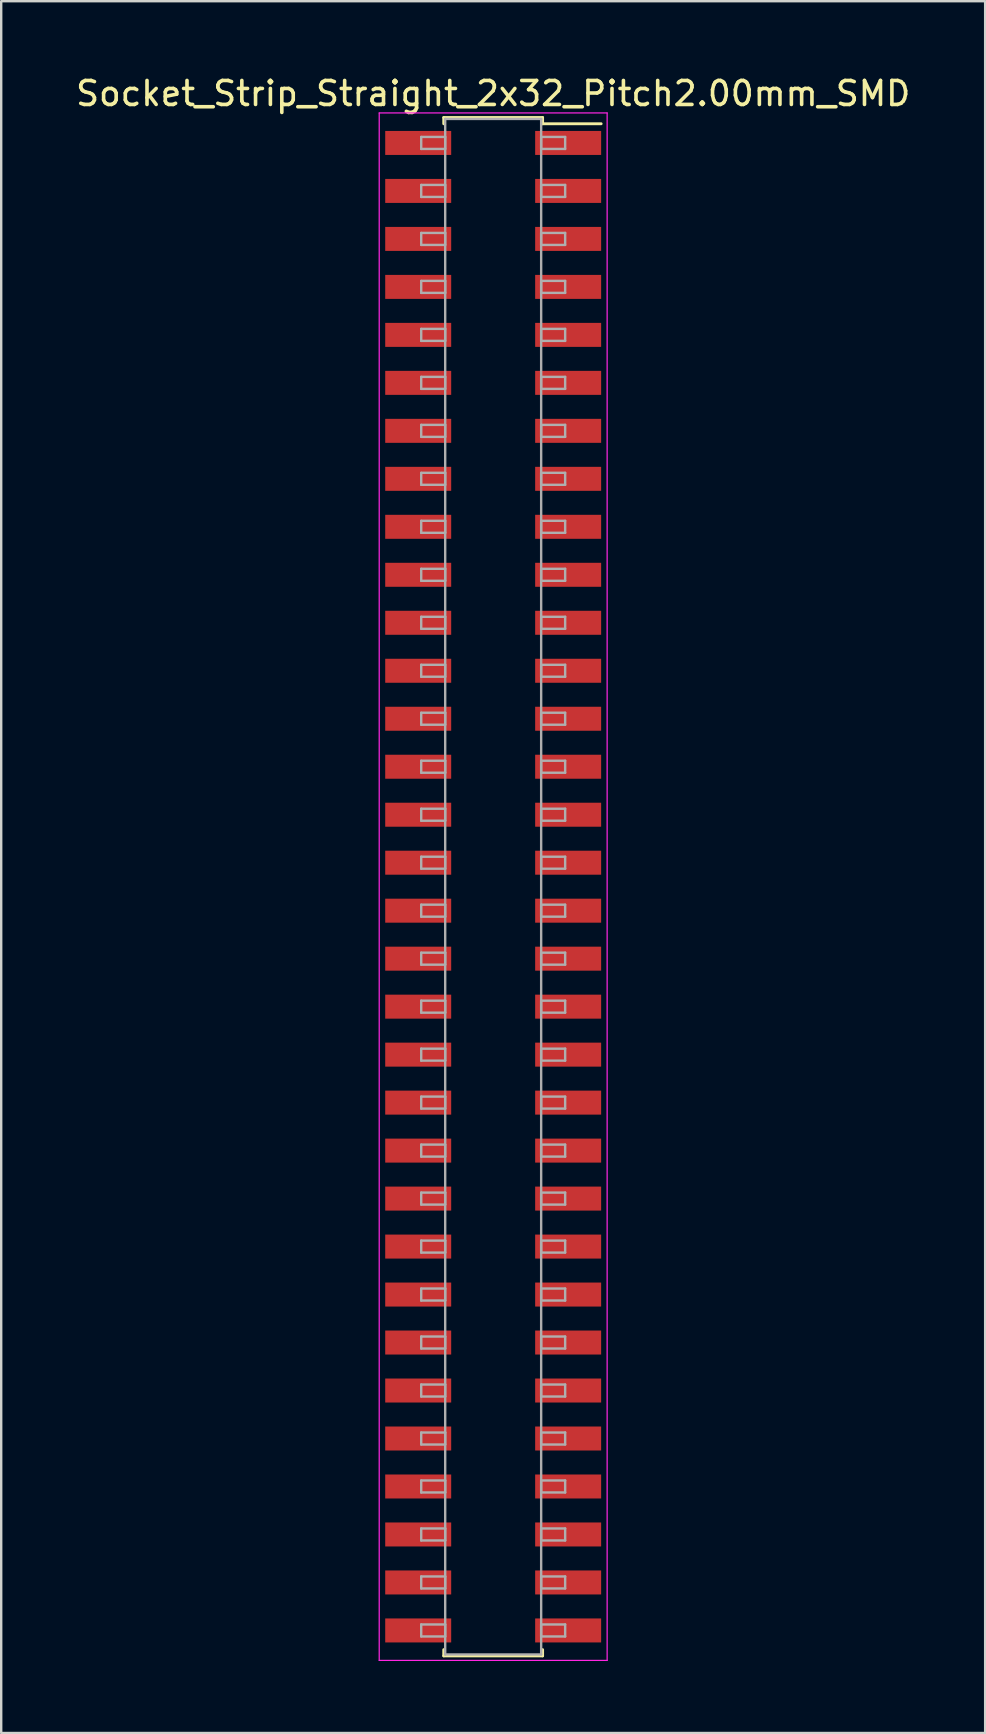
<source format=kicad_pcb>
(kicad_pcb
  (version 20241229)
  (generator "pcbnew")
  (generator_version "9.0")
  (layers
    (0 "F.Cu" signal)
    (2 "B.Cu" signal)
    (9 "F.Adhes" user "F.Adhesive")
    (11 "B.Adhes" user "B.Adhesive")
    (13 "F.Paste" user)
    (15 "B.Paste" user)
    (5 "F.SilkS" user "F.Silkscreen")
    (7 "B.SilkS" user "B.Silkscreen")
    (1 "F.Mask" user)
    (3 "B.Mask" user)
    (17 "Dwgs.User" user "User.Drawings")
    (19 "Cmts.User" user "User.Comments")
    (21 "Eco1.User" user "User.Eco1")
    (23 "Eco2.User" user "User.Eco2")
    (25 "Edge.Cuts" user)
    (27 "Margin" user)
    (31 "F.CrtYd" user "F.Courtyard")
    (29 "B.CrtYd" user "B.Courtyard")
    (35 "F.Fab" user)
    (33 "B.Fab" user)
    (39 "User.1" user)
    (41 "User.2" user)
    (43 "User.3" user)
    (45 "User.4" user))
  (footprint "Socket_Strip_Straight_2x32_Pitch2.00mm_SMD"
    (layer "F.Cu")
    (at 17.506 33.908)
    (property "Reference" "Socket_Strip_Straight_2x32_Pitch2.00mm_SMD" (at 0 -33.06 0) (layer "F.SilkS") (effects (font (size 1 1) (thickness 0.15))))
    (attr smd)
    (fp_line (start -2.06 -32.06) (end 2.06 -32.06) (stroke (width 0.12) (type solid)) (layer "F.SilkS"))
    (fp_line (start -2.06 -31.8) (end -2.06 -32.06) (stroke (width 0.12) (type solid)) (layer "F.SilkS"))
    (fp_line (start -2.06 31.8) (end -2.06 32.06) (stroke (width 0.12) (type solid)) (layer "F.SilkS"))
    (fp_line (start -2.06 32.06) (end 2.06 32.06) (stroke (width 0.12) (type solid)) (layer "F.SilkS"))
    (fp_line (start 2.06 -32.06) (end 2.06 -31.8) (stroke (width 0.12) (type solid)) (layer "F.SilkS"))
    (fp_line (start 2.06 32.06) (end 2.06 31.8) (stroke (width 0.12) (type solid)) (layer "F.SilkS"))
    (fp_line (start 4.5 -31.8) (end 2.06 -31.8) (stroke (width 0.12) (type solid)) (layer "F.SilkS"))
    (fp_line (start -4.75 -32.25) (end -4.75 32.25) (stroke (width 0.05) (type solid)) (layer "F.CrtYd"))
    (fp_line (start -4.75 32.25) (end 4.75 32.25) (stroke (width 0.05) (type solid)) (layer "F.CrtYd"))
    (fp_line (start 4.75 -32.25) (end -4.75 -32.25) (stroke (width 0.05) (type solid)) (layer "F.CrtYd"))
    (fp_line (start 4.75 32.25) (end 4.75 -32.25) (stroke (width 0.05) (type solid)) (layer "F.CrtYd"))
    (fp_line (start -3 -31.25) (end -2 -31.25) (stroke (width 0.1) (type solid)) (layer "F.Fab"))
    (fp_line (start -3 -30.75) (end -3 -31.25) (stroke (width 0.1) (type solid)) (layer "F.Fab"))
    (fp_line (start -3 -29.25) (end -2 -29.25) (stroke (width 0.1) (type solid)) (layer "F.Fab"))
    (fp_line (start -3 -28.75) (end -3 -29.25) (stroke (width 0.1) (type solid)) (layer "F.Fab"))
    (fp_line (start -3 -27.25) (end -2 -27.25) (stroke (width 0.1) (type solid)) (layer "F.Fab"))
    (fp_line (start -3 -26.75) (end -3 -27.25) (stroke (width 0.1) (type solid)) (layer "F.Fab"))
    (fp_line (start -3 -25.25) (end -2 -25.25) (stroke (width 0.1) (type solid)) (layer "F.Fab"))
    (fp_line (start -3 -24.75) (end -3 -25.25) (stroke (width 0.1) (type solid)) (layer "F.Fab"))
    (fp_line (start -3 -23.25) (end -2 -23.25) (stroke (width 0.1) (type solid)) (layer "F.Fab"))
    (fp_line (start -3 -22.75) (end -3 -23.25) (stroke (width 0.1) (type solid)) (layer "F.Fab"))
    (fp_line (start -3 -21.25) (end -2 -21.25) (stroke (width 0.1) (type solid)) (layer "F.Fab"))
    (fp_line (start -3 -20.75) (end -3 -21.25) (stroke (width 0.1) (type solid)) (layer "F.Fab"))
    (fp_line (start -3 -19.25) (end -2 -19.25) (stroke (width 0.1) (type solid)) (layer "F.Fab"))
    (fp_line (start -3 -18.75) (end -3 -19.25) (stroke (width 0.1) (type solid)) (layer "F.Fab"))
    (fp_line (start -3 -17.25) (end -2 -17.25) (stroke (width 0.1) (type solid)) (layer "F.Fab"))
    (fp_line (start -3 -16.75) (end -3 -17.25) (stroke (width 0.1) (type solid)) (layer "F.Fab"))
    (fp_line (start -3 -15.25) (end -2 -15.25) (stroke (width 0.1) (type solid)) (layer "F.Fab"))
    (fp_line (start -3 -14.75) (end -3 -15.25) (stroke (width 0.1) (type solid)) (layer "F.Fab"))
    (fp_line (start -3 -13.25) (end -2 -13.25) (stroke (width 0.1) (type solid)) (layer "F.Fab"))
    (fp_line (start -3 -12.75) (end -3 -13.25) (stroke (width 0.1) (type solid)) (layer "F.Fab"))
    (fp_line (start -3 -11.25) (end -2 -11.25) (stroke (width 0.1) (type solid)) (layer "F.Fab"))
    (fp_line (start -3 -10.75) (end -3 -11.25) (stroke (width 0.1) (type solid)) (layer "F.Fab"))
    (fp_line (start -3 -9.25) (end -2 -9.25) (stroke (width 0.1) (type solid)) (layer "F.Fab"))
    (fp_line (start -3 -8.75) (end -3 -9.25) (stroke (width 0.1) (type solid)) (layer "F.Fab"))
    (fp_line (start -3 -7.25) (end -2 -7.25) (stroke (width 0.1) (type solid)) (layer "F.Fab"))
    (fp_line (start -3 -6.75) (end -3 -7.25) (stroke (width 0.1) (type solid)) (layer "F.Fab"))
    (fp_line (start -3 -5.25) (end -2 -5.25) (stroke (width 0.1) (type solid)) (layer "F.Fab"))
    (fp_line (start -3 -4.75) (end -3 -5.25) (stroke (width 0.1) (type solid)) (layer "F.Fab"))
    (fp_line (start -3 -3.25) (end -2 -3.25) (stroke (width 0.1) (type solid)) (layer "F.Fab"))
    (fp_line (start -3 -2.75) (end -3 -3.25) (stroke (width 0.1) (type solid)) (layer "F.Fab"))
    (fp_line (start -3 -1.25) (end -2 -1.25) (stroke (width 0.1) (type solid)) (layer "F.Fab"))
    (fp_line (start -3 -0.75) (end -3 -1.25) (stroke (width 0.1) (type solid)) (layer "F.Fab"))
    (fp_line (start -3 0.75) (end -2 0.75) (stroke (width 0.1) (type solid)) (layer "F.Fab"))
    (fp_line (start -3 1.25) (end -3 0.75) (stroke (width 0.1) (type solid)) (layer "F.Fab"))
    (fp_line (start -3 2.75) (end -2 2.75) (stroke (width 0.1) (type solid)) (layer "F.Fab"))
    (fp_line (start -3 3.25) (end -3 2.75) (stroke (width 0.1) (type solid)) (layer "F.Fab"))
    (fp_line (start -3 4.75) (end -2 4.75) (stroke (width 0.1) (type solid)) (layer "F.Fab"))
    (fp_line (start -3 5.25) (end -3 4.75) (stroke (width 0.1) (type solid)) (layer "F.Fab"))
    (fp_line (start -3 6.75) (end -2 6.75) (stroke (width 0.1) (type solid)) (layer "F.Fab"))
    (fp_line (start -3 7.25) (end -3 6.75) (stroke (width 0.1) (type solid)) (layer "F.Fab"))
    (fp_line (start -3 8.75) (end -2 8.75) (stroke (width 0.1) (type solid)) (layer "F.Fab"))
    (fp_line (start -3 9.25) (end -3 8.75) (stroke (width 0.1) (type solid)) (layer "F.Fab"))
    (fp_line (start -3 10.75) (end -2 10.75) (stroke (width 0.1) (type solid)) (layer "F.Fab"))
    (fp_line (start -3 11.25) (end -3 10.75) (stroke (width 0.1) (type solid)) (layer "F.Fab"))
    (fp_line (start -3 12.75) (end -2 12.75) (stroke (width 0.1) (type solid)) (layer "F.Fab"))
    (fp_line (start -3 13.25) (end -3 12.75) (stroke (width 0.1) (type solid)) (layer "F.Fab"))
    (fp_line (start -3 14.75) (end -2 14.75) (stroke (width 0.1) (type solid)) (layer "F.Fab"))
    (fp_line (start -3 15.25) (end -3 14.75) (stroke (width 0.1) (type solid)) (layer "F.Fab"))
    (fp_line (start -3 16.75) (end -2 16.75) (stroke (width 0.1) (type solid)) (layer "F.Fab"))
    (fp_line (start -3 17.25) (end -3 16.75) (stroke (width 0.1) (type solid)) (layer "F.Fab"))
    (fp_line (start -3 18.75) (end -2 18.75) (stroke (width 0.1) (type solid)) (layer "F.Fab"))
    (fp_line (start -3 19.25) (end -3 18.75) (stroke (width 0.1) (type solid)) (layer "F.Fab"))
    (fp_line (start -3 20.75) (end -2 20.75) (stroke (width 0.1) (type solid)) (layer "F.Fab"))
    (fp_line (start -3 21.25) (end -3 20.75) (stroke (width 0.1) (type solid)) (layer "F.Fab"))
    (fp_line (start -3 22.75) (end -2 22.75) (stroke (width 0.1) (type solid)) (layer "F.Fab"))
    (fp_line (start -3 23.25) (end -3 22.75) (stroke (width 0.1) (type solid)) (layer "F.Fab"))
    (fp_line (start -3 24.75) (end -2 24.75) (stroke (width 0.1) (type solid)) (layer "F.Fab"))
    (fp_line (start -3 25.25) (end -3 24.75) (stroke (width 0.1) (type solid)) (layer "F.Fab"))
    (fp_line (start -3 26.75) (end -2 26.75) (stroke (width 0.1) (type solid)) (layer "F.Fab"))
    (fp_line (start -3 27.25) (end -3 26.75) (stroke (width 0.1) (type solid)) (layer "F.Fab"))
    (fp_line (start -3 28.75) (end -2 28.75) (stroke (width 0.1) (type solid)) (layer "F.Fab"))
    (fp_line (start -3 29.25) (end -3 28.75) (stroke (width 0.1) (type solid)) (layer "F.Fab"))
    (fp_line (start -3 30.75) (end -2 30.75) (stroke (width 0.1) (type solid)) (layer "F.Fab"))
    (fp_line (start -3 31.25) (end -3 30.75) (stroke (width 0.1) (type solid)) (layer "F.Fab"))
    (fp_line (start -2 -32) (end -2 32) (stroke (width 0.1) (type solid)) (layer "F.Fab"))
    (fp_line (start -2 -31.25) (end -2 -30.75) (stroke (width 0.1) (type solid)) (layer "F.Fab"))
    (fp_line (start -2 -30.75) (end -3 -30.75) (stroke (width 0.1) (type solid)) (layer "F.Fab"))
    (fp_line (start -2 -29.25) (end -2 -28.75) (stroke (width 0.1) (type solid)) (layer "F.Fab"))
    (fp_line (start -2 -28.75) (end -3 -28.75) (stroke (width 0.1) (type solid)) (layer "F.Fab"))
    (fp_line (start -2 -27.25) (end -2 -26.75) (stroke (width 0.1) (type solid)) (layer "F.Fab"))
    (fp_line (start -2 -26.75) (end -3 -26.75) (stroke (width 0.1) (type solid)) (layer "F.Fab"))
    (fp_line (start -2 -25.25) (end -2 -24.75) (stroke (width 0.1) (type solid)) (layer "F.Fab"))
    (fp_line (start -2 -24.75) (end -3 -24.75) (stroke (width 0.1) (type solid)) (layer "F.Fab"))
    (fp_line (start -2 -23.25) (end -2 -22.75) (stroke (width 0.1) (type solid)) (layer "F.Fab"))
    (fp_line (start -2 -22.75) (end -3 -22.75) (stroke (width 0.1) (type solid)) (layer "F.Fab"))
    (fp_line (start -2 -21.25) (end -2 -20.75) (stroke (width 0.1) (type solid)) (layer "F.Fab"))
    (fp_line (start -2 -20.75) (end -3 -20.75) (stroke (width 0.1) (type solid)) (layer "F.Fab"))
    (fp_line (start -2 -19.25) (end -2 -18.75) (stroke (width 0.1) (type solid)) (layer "F.Fab"))
    (fp_line (start -2 -18.75) (end -3 -18.75) (stroke (width 0.1) (type solid)) (layer "F.Fab"))
    (fp_line (start -2 -17.25) (end -2 -16.75) (stroke (width 0.1) (type solid)) (layer "F.Fab"))
    (fp_line (start -2 -16.75) (end -3 -16.75) (stroke (width 0.1) (type solid)) (layer "F.Fab"))
    (fp_line (start -2 -15.25) (end -2 -14.75) (stroke (width 0.1) (type solid)) (layer "F.Fab"))
    (fp_line (start -2 -14.75) (end -3 -14.75) (stroke (width 0.1) (type solid)) (layer "F.Fab"))
    (fp_line (start -2 -13.25) (end -2 -12.75) (stroke (width 0.1) (type solid)) (layer "F.Fab"))
    (fp_line (start -2 -12.75) (end -3 -12.75) (stroke (width 0.1) (type solid)) (layer "F.Fab"))
    (fp_line (start -2 -11.25) (end -2 -10.75) (stroke (width 0.1) (type solid)) (layer "F.Fab"))
    (fp_line (start -2 -10.75) (end -3 -10.75) (stroke (width 0.1) (type solid)) (layer "F.Fab"))
    (fp_line (start -2 -9.25) (end -2 -8.75) (stroke (width 0.1) (type solid)) (layer "F.Fab"))
    (fp_line (start -2 -8.75) (end -3 -8.75) (stroke (width 0.1) (type solid)) (layer "F.Fab"))
    (fp_line (start -2 -7.25) (end -2 -6.75) (stroke (width 0.1) (type solid)) (layer "F.Fab"))
    (fp_line (start -2 -6.75) (end -3 -6.75) (stroke (width 0.1) (type solid)) (layer "F.Fab"))
    (fp_line (start -2 -5.25) (end -2 -4.75) (stroke (width 0.1) (type solid)) (layer "F.Fab"))
    (fp_line (start -2 -4.75) (end -3 -4.75) (stroke (width 0.1) (type solid)) (layer "F.Fab"))
    (fp_line (start -2 -3.25) (end -2 -2.75) (stroke (width 0.1) (type solid)) (layer "F.Fab"))
    (fp_line (start -2 -2.75) (end -3 -2.75) (stroke (width 0.1) (type solid)) (layer "F.Fab"))
    (fp_line (start -2 -1.25) (end -2 -0.75) (stroke (width 0.1) (type solid)) (layer "F.Fab"))
    (fp_line (start -2 -0.75) (end -3 -0.75) (stroke (width 0.1) (type solid)) (layer "F.Fab"))
    (fp_line (start -2 0.75) (end -2 1.25) (stroke (width 0.1) (type solid)) (layer "F.Fab"))
    (fp_line (start -2 1.25) (end -3 1.25) (stroke (width 0.1) (type solid)) (layer "F.Fab"))
    (fp_line (start -2 2.75) (end -2 3.25) (stroke (width 0.1) (type solid)) (layer "F.Fab"))
    (fp_line (start -2 3.25) (end -3 3.25) (stroke (width 0.1) (type solid)) (layer "F.Fab"))
    (fp_line (start -2 4.75) (end -2 5.25) (stroke (width 0.1) (type solid)) (layer "F.Fab"))
    (fp_line (start -2 5.25) (end -3 5.25) (stroke (width 0.1) (type solid)) (layer "F.Fab"))
    (fp_line (start -2 6.75) (end -2 7.25) (stroke (width 0.1) (type solid)) (layer "F.Fab"))
    (fp_line (start -2 7.25) (end -3 7.25) (stroke (width 0.1) (type solid)) (layer "F.Fab"))
    (fp_line (start -2 8.75) (end -2 9.25) (stroke (width 0.1) (type solid)) (layer "F.Fab"))
    (fp_line (start -2 9.25) (end -3 9.25) (stroke (width 0.1) (type solid)) (layer "F.Fab"))
    (fp_line (start -2 10.75) (end -2 11.25) (stroke (width 0.1) (type solid)) (layer "F.Fab"))
    (fp_line (start -2 11.25) (end -3 11.25) (stroke (width 0.1) (type solid)) (layer "F.Fab"))
    (fp_line (start -2 12.75) (end -2 13.25) (stroke (width 0.1) (type solid)) (layer "F.Fab"))
    (fp_line (start -2 13.25) (end -3 13.25) (stroke (width 0.1) (type solid)) (layer "F.Fab"))
    (fp_line (start -2 14.75) (end -2 15.25) (stroke (width 0.1) (type solid)) (layer "F.Fab"))
    (fp_line (start -2 15.25) (end -3 15.25) (stroke (width 0.1) (type solid)) (layer "F.Fab"))
    (fp_line (start -2 16.75) (end -2 17.25) (stroke (width 0.1) (type solid)) (layer "F.Fab"))
    (fp_line (start -2 17.25) (end -3 17.25) (stroke (width 0.1) (type solid)) (layer "F.Fab"))
    (fp_line (start -2 18.75) (end -2 19.25) (stroke (width 0.1) (type solid)) (layer "F.Fab"))
    (fp_line (start -2 19.25) (end -3 19.25) (stroke (width 0.1) (type solid)) (layer "F.Fab"))
    (fp_line (start -2 20.75) (end -2 21.25) (stroke (width 0.1) (type solid)) (layer "F.Fab"))
    (fp_line (start -2 21.25) (end -3 21.25) (stroke (width 0.1) (type solid)) (layer "F.Fab"))
    (fp_line (start -2 22.75) (end -2 23.25) (stroke (width 0.1) (type solid)) (layer "F.Fab"))
    (fp_line (start -2 23.25) (end -3 23.25) (stroke (width 0.1) (type solid)) (layer "F.Fab"))
    (fp_line (start -2 24.75) (end -2 25.25) (stroke (width 0.1) (type solid)) (layer "F.Fab"))
    (fp_line (start -2 25.25) (end -3 25.25) (stroke (width 0.1) (type solid)) (layer "F.Fab"))
    (fp_line (start -2 26.75) (end -2 27.25) (stroke (width 0.1) (type solid)) (layer "F.Fab"))
    (fp_line (start -2 27.25) (end -3 27.25) (stroke (width 0.1) (type solid)) (layer "F.Fab"))
    (fp_line (start -2 28.75) (end -2 29.25) (stroke (width 0.1) (type solid)) (layer "F.Fab"))
    (fp_line (start -2 29.25) (end -3 29.25) (stroke (width 0.1) (type solid)) (layer "F.Fab"))
    (fp_line (start -2 30.75) (end -2 31.25) (stroke (width 0.1) (type solid)) (layer "F.Fab"))
    (fp_line (start -2 31.25) (end -3 31.25) (stroke (width 0.1) (type solid)) (layer "F.Fab"))
    (fp_line (start -2 32) (end 2 32) (stroke (width 0.1) (type solid)) (layer "F.Fab"))
    (fp_line (start 2 -32) (end -2 -32) (stroke (width 0.1) (type solid)) (layer "F.Fab"))
    (fp_line (start 2 -31.25) (end 2 -30.75) (stroke (width 0.1) (type solid)) (layer "F.Fab"))
    (fp_line (start 2 -30.75) (end 3 -30.75) (stroke (width 0.1) (type solid)) (layer "F.Fab"))
    (fp_line (start 2 -29.25) (end 2 -28.75) (stroke (width 0.1) (type solid)) (layer "F.Fab"))
    (fp_line (start 2 -28.75) (end 3 -28.75) (stroke (width 0.1) (type solid)) (layer "F.Fab"))
    (fp_line (start 2 -27.25) (end 2 -26.75) (stroke (width 0.1) (type solid)) (layer "F.Fab"))
    (fp_line (start 2 -26.75) (end 3 -26.75) (stroke (width 0.1) (type solid)) (layer "F.Fab"))
    (fp_line (start 2 -25.25) (end 2 -24.75) (stroke (width 0.1) (type solid)) (layer "F.Fab"))
    (fp_line (start 2 -24.75) (end 3 -24.75) (stroke (width 0.1) (type solid)) (layer "F.Fab"))
    (fp_line (start 2 -23.25) (end 2 -22.75) (stroke (width 0.1) (type solid)) (layer "F.Fab"))
    (fp_line (start 2 -22.75) (end 3 -22.75) (stroke (width 0.1) (type solid)) (layer "F.Fab"))
    (fp_line (start 2 -21.25) (end 2 -20.75) (stroke (width 0.1) (type solid)) (layer "F.Fab"))
    (fp_line (start 2 -20.75) (end 3 -20.75) (stroke (width 0.1) (type solid)) (layer "F.Fab"))
    (fp_line (start 2 -19.25) (end 2 -18.75) (stroke (width 0.1) (type solid)) (layer "F.Fab"))
    (fp_line (start 2 -18.75) (end 3 -18.75) (stroke (width 0.1) (type solid)) (layer "F.Fab"))
    (fp_line (start 2 -17.25) (end 2 -16.75) (stroke (width 0.1) (type solid)) (layer "F.Fab"))
    (fp_line (start 2 -16.75) (end 3 -16.75) (stroke (width 0.1) (type solid)) (layer "F.Fab"))
    (fp_line (start 2 -15.25) (end 2 -14.75) (stroke (width 0.1) (type solid)) (layer "F.Fab"))
    (fp_line (start 2 -14.75) (end 3 -14.75) (stroke (width 0.1) (type solid)) (layer "F.Fab"))
    (fp_line (start 2 -13.25) (end 2 -12.75) (stroke (width 0.1) (type solid)) (layer "F.Fab"))
    (fp_line (start 2 -12.75) (end 3 -12.75) (stroke (width 0.1) (type solid)) (layer "F.Fab"))
    (fp_line (start 2 -11.25) (end 2 -10.75) (stroke (width 0.1) (type solid)) (layer "F.Fab"))
    (fp_line (start 2 -10.75) (end 3 -10.75) (stroke (width 0.1) (type solid)) (layer "F.Fab"))
    (fp_line (start 2 -9.25) (end 2 -8.75) (stroke (width 0.1) (type solid)) (layer "F.Fab"))
    (fp_line (start 2 -8.75) (end 3 -8.75) (stroke (width 0.1) (type solid)) (layer "F.Fab"))
    (fp_line (start 2 -7.25) (end 2 -6.75) (stroke (width 0.1) (type solid)) (layer "F.Fab"))
    (fp_line (start 2 -6.75) (end 3 -6.75) (stroke (width 0.1) (type solid)) (layer "F.Fab"))
    (fp_line (start 2 -5.25) (end 2 -4.75) (stroke (width 0.1) (type solid)) (layer "F.Fab"))
    (fp_line (start 2 -4.75) (end 3 -4.75) (stroke (width 0.1) (type solid)) (layer "F.Fab"))
    (fp_line (start 2 -3.25) (end 2 -2.75) (stroke (width 0.1) (type solid)) (layer "F.Fab"))
    (fp_line (start 2 -2.75) (end 3 -2.75) (stroke (width 0.1) (type solid)) (layer "F.Fab"))
    (fp_line (start 2 -1.25) (end 2 -0.75) (stroke (width 0.1) (type solid)) (layer "F.Fab"))
    (fp_line (start 2 -0.75) (end 3 -0.75) (stroke (width 0.1) (type solid)) (layer "F.Fab"))
    (fp_line (start 2 0.75) (end 2 1.25) (stroke (width 0.1) (type solid)) (layer "F.Fab"))
    (fp_line (start 2 1.25) (end 3 1.25) (stroke (width 0.1) (type solid)) (layer "F.Fab"))
    (fp_line (start 2 2.75) (end 2 3.25) (stroke (width 0.1) (type solid)) (layer "F.Fab"))
    (fp_line (start 2 3.25) (end 3 3.25) (stroke (width 0.1) (type solid)) (layer "F.Fab"))
    (fp_line (start 2 4.75) (end 2 5.25) (stroke (width 0.1) (type solid)) (layer "F.Fab"))
    (fp_line (start 2 5.25) (end 3 5.25) (stroke (width 0.1) (type solid)) (layer "F.Fab"))
    (fp_line (start 2 6.75) (end 2 7.25) (stroke (width 0.1) (type solid)) (layer "F.Fab"))
    (fp_line (start 2 7.25) (end 3 7.25) (stroke (width 0.1) (type solid)) (layer "F.Fab"))
    (fp_line (start 2 8.75) (end 2 9.25) (stroke (width 0.1) (type solid)) (layer "F.Fab"))
    (fp_line (start 2 9.25) (end 3 9.25) (stroke (width 0.1) (type solid)) (layer "F.Fab"))
    (fp_line (start 2 10.75) (end 2 11.25) (stroke (width 0.1) (type solid)) (layer "F.Fab"))
    (fp_line (start 2 11.25) (end 3 11.25) (stroke (width 0.1) (type solid)) (layer "F.Fab"))
    (fp_line (start 2 12.75) (end 2 13.25) (stroke (width 0.1) (type solid)) (layer "F.Fab"))
    (fp_line (start 2 13.25) (end 3 13.25) (stroke (width 0.1) (type solid)) (layer "F.Fab"))
    (fp_line (start 2 14.75) (end 2 15.25) (stroke (width 0.1) (type solid)) (layer "F.Fab"))
    (fp_line (start 2 15.25) (end 3 15.25) (stroke (width 0.1) (type solid)) (layer "F.Fab"))
    (fp_line (start 2 16.75) (end 2 17.25) (stroke (width 0.1) (type solid)) (layer "F.Fab"))
    (fp_line (start 2 17.25) (end 3 17.25) (stroke (width 0.1) (type solid)) (layer "F.Fab"))
    (fp_line (start 2 18.75) (end 2 19.25) (stroke (width 0.1) (type solid)) (layer "F.Fab"))
    (fp_line (start 2 19.25) (end 3 19.25) (stroke (width 0.1) (type solid)) (layer "F.Fab"))
    (fp_line (start 2 20.75) (end 2 21.25) (stroke (width 0.1) (type solid)) (layer "F.Fab"))
    (fp_line (start 2 21.25) (end 3 21.25) (stroke (width 0.1) (type solid)) (layer "F.Fab"))
    (fp_line (start 2 22.75) (end 2 23.25) (stroke (width 0.1) (type solid)) (layer "F.Fab"))
    (fp_line (start 2 23.25) (end 3 23.25) (stroke (width 0.1) (type solid)) (layer "F.Fab"))
    (fp_line (start 2 24.75) (end 2 25.25) (stroke (width 0.1) (type solid)) (layer "F.Fab"))
    (fp_line (start 2 25.25) (end 3 25.25) (stroke (width 0.1) (type solid)) (layer "F.Fab"))
    (fp_line (start 2 26.75) (end 2 27.25) (stroke (width 0.1) (type solid)) (layer "F.Fab"))
    (fp_line (start 2 27.25) (end 3 27.25) (stroke (width 0.1) (type solid)) (layer "F.Fab"))
    (fp_line (start 2 28.75) (end 2 29.25) (stroke (width 0.1) (type solid)) (layer "F.Fab"))
    (fp_line (start 2 29.25) (end 3 29.25) (stroke (width 0.1) (type solid)) (layer "F.Fab"))
    (fp_line (start 2 30.75) (end 2 31.25) (stroke (width 0.1) (type solid)) (layer "F.Fab"))
    (fp_line (start 2 31.25) (end 3 31.25) (stroke (width 0.1) (type solid)) (layer "F.Fab"))
    (fp_line (start 2 32) (end 2 -32) (stroke (width 0.1) (type solid)) (layer "F.Fab"))
    (fp_line (start 3 -31.25) (end 2 -31.25) (stroke (width 0.1) (type solid)) (layer "F.Fab"))
    (fp_line (start 3 -30.75) (end 3 -31.25) (stroke (width 0.1) (type solid)) (layer "F.Fab"))
    (fp_line (start 3 -29.25) (end 2 -29.25) (stroke (width 0.1) (type solid)) (layer "F.Fab"))
    (fp_line (start 3 -28.75) (end 3 -29.25) (stroke (width 0.1) (type solid)) (layer "F.Fab"))
    (fp_line (start 3 -27.25) (end 2 -27.25) (stroke (width 0.1) (type solid)) (layer "F.Fab"))
    (fp_line (start 3 -26.75) (end 3 -27.25) (stroke (width 0.1) (type solid)) (layer "F.Fab"))
    (fp_line (start 3 -25.25) (end 2 -25.25) (stroke (width 0.1) (type solid)) (layer "F.Fab"))
    (fp_line (start 3 -24.75) (end 3 -25.25) (stroke (width 0.1) (type solid)) (layer "F.Fab"))
    (fp_line (start 3 -23.25) (end 2 -23.25) (stroke (width 0.1) (type solid)) (layer "F.Fab"))
    (fp_line (start 3 -22.75) (end 3 -23.25) (stroke (width 0.1) (type solid)) (layer "F.Fab"))
    (fp_line (start 3 -21.25) (end 2 -21.25) (stroke (width 0.1) (type solid)) (layer "F.Fab"))
    (fp_line (start 3 -20.75) (end 3 -21.25) (stroke (width 0.1) (type solid)) (layer "F.Fab"))
    (fp_line (start 3 -19.25) (end 2 -19.25) (stroke (width 0.1) (type solid)) (layer "F.Fab"))
    (fp_line (start 3 -18.75) (end 3 -19.25) (stroke (width 0.1) (type solid)) (layer "F.Fab"))
    (fp_line (start 3 -17.25) (end 2 -17.25) (stroke (width 0.1) (type solid)) (layer "F.Fab"))
    (fp_line (start 3 -16.75) (end 3 -17.25) (stroke (width 0.1) (type solid)) (layer "F.Fab"))
    (fp_line (start 3 -15.25) (end 2 -15.25) (stroke (width 0.1) (type solid)) (layer "F.Fab"))
    (fp_line (start 3 -14.75) (end 3 -15.25) (stroke (width 0.1) (type solid)) (layer "F.Fab"))
    (fp_line (start 3 -13.25) (end 2 -13.25) (stroke (width 0.1) (type solid)) (layer "F.Fab"))
    (fp_line (start 3 -12.75) (end 3 -13.25) (stroke (width 0.1) (type solid)) (layer "F.Fab"))
    (fp_line (start 3 -11.25) (end 2 -11.25) (stroke (width 0.1) (type solid)) (layer "F.Fab"))
    (fp_line (start 3 -10.75) (end 3 -11.25) (stroke (width 0.1) (type solid)) (layer "F.Fab"))
    (fp_line (start 3 -9.25) (end 2 -9.25) (stroke (width 0.1) (type solid)) (layer "F.Fab"))
    (fp_line (start 3 -8.75) (end 3 -9.25) (stroke (width 0.1) (type solid)) (layer "F.Fab"))
    (fp_line (start 3 -7.25) (end 2 -7.25) (stroke (width 0.1) (type solid)) (layer "F.Fab"))
    (fp_line (start 3 -6.75) (end 3 -7.25) (stroke (width 0.1) (type solid)) (layer "F.Fab"))
    (fp_line (start 3 -5.25) (end 2 -5.25) (stroke (width 0.1) (type solid)) (layer "F.Fab"))
    (fp_line (start 3 -4.75) (end 3 -5.25) (stroke (width 0.1) (type solid)) (layer "F.Fab"))
    (fp_line (start 3 -3.25) (end 2 -3.25) (stroke (width 0.1) (type solid)) (layer "F.Fab"))
    (fp_line (start 3 -2.75) (end 3 -3.25) (stroke (width 0.1) (type solid)) (layer "F.Fab"))
    (fp_line (start 3 -1.25) (end 2 -1.25) (stroke (width 0.1) (type solid)) (layer "F.Fab"))
    (fp_line (start 3 -0.75) (end 3 -1.25) (stroke (width 0.1) (type solid)) (layer "F.Fab"))
    (fp_line (start 3 0.75) (end 2 0.75) (stroke (width 0.1) (type solid)) (layer "F.Fab"))
    (fp_line (start 3 1.25) (end 3 0.75) (stroke (width 0.1) (type solid)) (layer "F.Fab"))
    (fp_line (start 3 2.75) (end 2 2.75) (stroke (width 0.1) (type solid)) (layer "F.Fab"))
    (fp_line (start 3 3.25) (end 3 2.75) (stroke (width 0.1) (type solid)) (layer "F.Fab"))
    (fp_line (start 3 4.75) (end 2 4.75) (stroke (width 0.1) (type solid)) (layer "F.Fab"))
    (fp_line (start 3 5.25) (end 3 4.75) (stroke (width 0.1) (type solid)) (layer "F.Fab"))
    (fp_line (start 3 6.75) (end 2 6.75) (stroke (width 0.1) (type solid)) (layer "F.Fab"))
    (fp_line (start 3 7.25) (end 3 6.75) (stroke (width 0.1) (type solid)) (layer "F.Fab"))
    (fp_line (start 3 8.75) (end 2 8.75) (stroke (width 0.1) (type solid)) (layer "F.Fab"))
    (fp_line (start 3 9.25) (end 3 8.75) (stroke (width 0.1) (type solid)) (layer "F.Fab"))
    (fp_line (start 3 10.75) (end 2 10.75) (stroke (width 0.1) (type solid)) (layer "F.Fab"))
    (fp_line (start 3 11.25) (end 3 10.75) (stroke (width 0.1) (type solid)) (layer "F.Fab"))
    (fp_line (start 3 12.75) (end 2 12.75) (stroke (width 0.1) (type solid)) (layer "F.Fab"))
    (fp_line (start 3 13.25) (end 3 12.75) (stroke (width 0.1) (type solid)) (layer "F.Fab"))
    (fp_line (start 3 14.75) (end 2 14.75) (stroke (width 0.1) (type solid)) (layer "F.Fab"))
    (fp_line (start 3 15.25) (end 3 14.75) (stroke (width 0.1) (type solid)) (layer "F.Fab"))
    (fp_line (start 3 16.75) (end 2 16.75) (stroke (width 0.1) (type solid)) (layer "F.Fab"))
    (fp_line (start 3 17.25) (end 3 16.75) (stroke (width 0.1) (type solid)) (layer "F.Fab"))
    (fp_line (start 3 18.75) (end 2 18.75) (stroke (width 0.1) (type solid)) (layer "F.Fab"))
    (fp_line (start 3 19.25) (end 3 18.75) (stroke (width 0.1) (type solid)) (layer "F.Fab"))
    (fp_line (start 3 20.75) (end 2 20.75) (stroke (width 0.1) (type solid)) (layer "F.Fab"))
    (fp_line (start 3 21.25) (end 3 20.75) (stroke (width 0.1) (type solid)) (layer "F.Fab"))
    (fp_line (start 3 22.75) (end 2 22.75) (stroke (width 0.1) (type solid)) (layer "F.Fab"))
    (fp_line (start 3 23.25) (end 3 22.75) (stroke (width 0.1) (type solid)) (layer "F.Fab"))
    (fp_line (start 3 24.75) (end 2 24.75) (stroke (width 0.1) (type solid)) (layer "F.Fab"))
    (fp_line (start 3 25.25) (end 3 24.75) (stroke (width 0.1) (type solid)) (layer "F.Fab"))
    (fp_line (start 3 26.75) (end 2 26.75) (stroke (width 0.1) (type solid)) (layer "F.Fab"))
    (fp_line (start 3 27.25) (end 3 26.75) (stroke (width 0.1) (type solid)) (layer "F.Fab"))
    (fp_line (start 3 28.75) (end 2 28.75) (stroke (width 0.1) (type solid)) (layer "F.Fab"))
    (fp_line (start 3 29.25) (end 3 28.75) (stroke (width 0.1) (type solid)) (layer "F.Fab"))
    (fp_line (start 3 30.75) (end 2 30.75) (stroke (width 0.1) (type solid)) (layer "F.Fab"))
    (fp_line (start 3 31.25) (end 3 30.75) (stroke (width 0.1) (type solid)) (layer "F.Fab"))
    (pad "1" smd rect (at 3.125 -31) (size 2.75 1) (layers "F.Cu" "F.Mask"))
    (pad "2" smd rect (at -3.125 -31) (size 2.75 1) (layers "F.Cu" "F.Mask"))
    (pad "3" smd rect (at 3.125 -29) (size 2.75 1) (layers "F.Cu" "F.Mask"))
    (pad "4" smd rect (at -3.125 -29) (size 2.75 1) (layers "F.Cu" "F.Mask"))
    (pad "5" smd rect (at 3.125 -27) (size 2.75 1) (layers "F.Cu" "F.Mask"))
    (pad "6" smd rect (at -3.125 -27) (size 2.75 1) (layers "F.Cu" "F.Mask"))
    (pad "7" smd rect (at 3.125 -25) (size 2.75 1) (layers "F.Cu" "F.Mask"))
    (pad "8" smd rect (at -3.125 -25) (size 2.75 1) (layers "F.Cu" "F.Mask"))
    (pad "9" smd rect (at 3.125 -23) (size 2.75 1) (layers "F.Cu" "F.Mask"))
    (pad "10" smd rect (at -3.125 -23) (size 2.75 1) (layers "F.Cu" "F.Mask"))
    (pad "11" smd rect (at 3.125 -21) (size 2.75 1) (layers "F.Cu" "F.Mask"))
    (pad "12" smd rect (at -3.125 -21) (size 2.75 1) (layers "F.Cu" "F.Mask"))
    (pad "13" smd rect (at 3.125 -19) (size 2.75 1) (layers "F.Cu" "F.Mask"))
    (pad "14" smd rect (at -3.125 -19) (size 2.75 1) (layers "F.Cu" "F.Mask"))
    (pad "15" smd rect (at 3.125 -17) (size 2.75 1) (layers "F.Cu" "F.Mask"))
    (pad "16" smd rect (at -3.125 -17) (size 2.75 1) (layers "F.Cu" "F.Mask"))
    (pad "17" smd rect (at 3.125 -15) (size 2.75 1) (layers "F.Cu" "F.Mask"))
    (pad "18" smd rect (at -3.125 -15) (size 2.75 1) (layers "F.Cu" "F.Mask"))
    (pad "19" smd rect (at 3.125 -13) (size 2.75 1) (layers "F.Cu" "F.Mask"))
    (pad "20" smd rect (at -3.125 -13) (size 2.75 1) (layers "F.Cu" "F.Mask"))
    (pad "21" smd rect (at 3.125 -11) (size 2.75 1) (layers "F.Cu" "F.Mask"))
    (pad "22" smd rect (at -3.125 -11) (size 2.75 1) (layers "F.Cu" "F.Mask"))
    (pad "23" smd rect (at 3.125 -9) (size 2.75 1) (layers "F.Cu" "F.Mask"))
    (pad "24" smd rect (at -3.125 -9) (size 2.75 1) (layers "F.Cu" "F.Mask"))
    (pad "25" smd rect (at 3.125 -7) (size 2.75 1) (layers "F.Cu" "F.Mask"))
    (pad "26" smd rect (at -3.125 -7) (size 2.75 1) (layers "F.Cu" "F.Mask"))
    (pad "27" smd rect (at 3.125 -5) (size 2.75 1) (layers "F.Cu" "F.Mask"))
    (pad "28" smd rect (at -3.125 -5) (size 2.75 1) (layers "F.Cu" "F.Mask"))
    (pad "29" smd rect (at 3.125 -3) (size 2.75 1) (layers "F.Cu" "F.Mask"))
    (pad "30" smd rect (at -3.125 -3) (size 2.75 1) (layers "F.Cu" "F.Mask"))
    (pad "31" smd rect (at 3.125 -1) (size 2.75 1) (layers "F.Cu" "F.Mask"))
    (pad "32" smd rect (at -3.125 -1) (size 2.75 1) (layers "F.Cu" "F.Mask"))
    (pad "33" smd rect (at 3.125 1) (size 2.75 1) (layers "F.Cu" "F.Mask"))
    (pad "34" smd rect (at -3.125 1) (size 2.75 1) (layers "F.Cu" "F.Mask"))
    (pad "35" smd rect (at 3.125 3) (size 2.75 1) (layers "F.Cu" "F.Mask"))
    (pad "36" smd rect (at -3.125 3) (size 2.75 1) (layers "F.Cu" "F.Mask"))
    (pad "37" smd rect (at 3.125 5) (size 2.75 1) (layers "F.Cu" "F.Mask"))
    (pad "38" smd rect (at -3.125 5) (size 2.75 1) (layers "F.Cu" "F.Mask"))
    (pad "39" smd rect (at 3.125 7) (size 2.75 1) (layers "F.Cu" "F.Mask"))
    (pad "40" smd rect (at -3.125 7) (size 2.75 1) (layers "F.Cu" "F.Mask"))
    (pad "41" smd rect (at 3.125 9) (size 2.75 1) (layers "F.Cu" "F.Mask"))
    (pad "42" smd rect (at -3.125 9) (size 2.75 1) (layers "F.Cu" "F.Mask"))
    (pad "43" smd rect (at 3.125 11) (size 2.75 1) (layers "F.Cu" "F.Mask"))
    (pad "44" smd rect (at -3.125 11) (size 2.75 1) (layers "F.Cu" "F.Mask"))
    (pad "45" smd rect (at 3.125 13) (size 2.75 1) (layers "F.Cu" "F.Mask"))
    (pad "46" smd rect (at -3.125 13) (size 2.75 1) (layers "F.Cu" "F.Mask"))
    (pad "47" smd rect (at 3.125 15) (size 2.75 1) (layers "F.Cu" "F.Mask"))
    (pad "48" smd rect (at -3.125 15) (size 2.75 1) (layers "F.Cu" "F.Mask"))
    (pad "49" smd rect (at 3.125 17) (size 2.75 1) (layers "F.Cu" "F.Mask"))
    (pad "50" smd rect (at -3.125 17) (size 2.75 1) (layers "F.Cu" "F.Mask"))
    (pad "51" smd rect (at 3.125 19) (size 2.75 1) (layers "F.Cu" "F.Mask"))
    (pad "52" smd rect (at -3.125 19) (size 2.75 1) (layers "F.Cu" "F.Mask"))
    (pad "53" smd rect (at 3.125 21) (size 2.75 1) (layers "F.Cu" "F.Mask"))
    (pad "54" smd rect (at -3.125 21) (size 2.75 1) (layers "F.Cu" "F.Mask"))
    (pad "55" smd rect (at 3.125 23) (size 2.75 1) (layers "F.Cu" "F.Mask"))
    (pad "56" smd rect (at -3.125 23) (size 2.75 1) (layers "F.Cu" "F.Mask"))
    (pad "57" smd rect (at 3.125 25) (size 2.75 1) (layers "F.Cu" "F.Mask"))
    (pad "58" smd rect (at -3.125 25) (size 2.75 1) (layers "F.Cu" "F.Mask"))
    (pad "59" smd rect (at 3.125 27) (size 2.75 1) (layers "F.Cu" "F.Mask"))
    (pad "60" smd rect (at -3.125 27) (size 2.75 1) (layers "F.Cu" "F.Mask"))
    (pad "61" smd rect (at 3.125 29) (size 2.75 1) (layers "F.Cu" "F.Mask"))
    (pad "62" smd rect (at -3.125 29) (size 2.75 1) (layers "F.Cu" "F.Mask"))
    (pad "63" smd rect (at 3.125 31) (size 2.75 1) (layers "F.Cu" "F.Mask"))
    (pad "64" smd rect (at -3.125 31) (size 2.75 1) (layers "F.Cu" "F.Mask")))
  (gr_rect
    (start -3 -3)
    (end 38.012 69.183)
    (stroke (width 0.1) (type default))
    (fill no)
    (layer "Edge.Cuts")))
</source>
